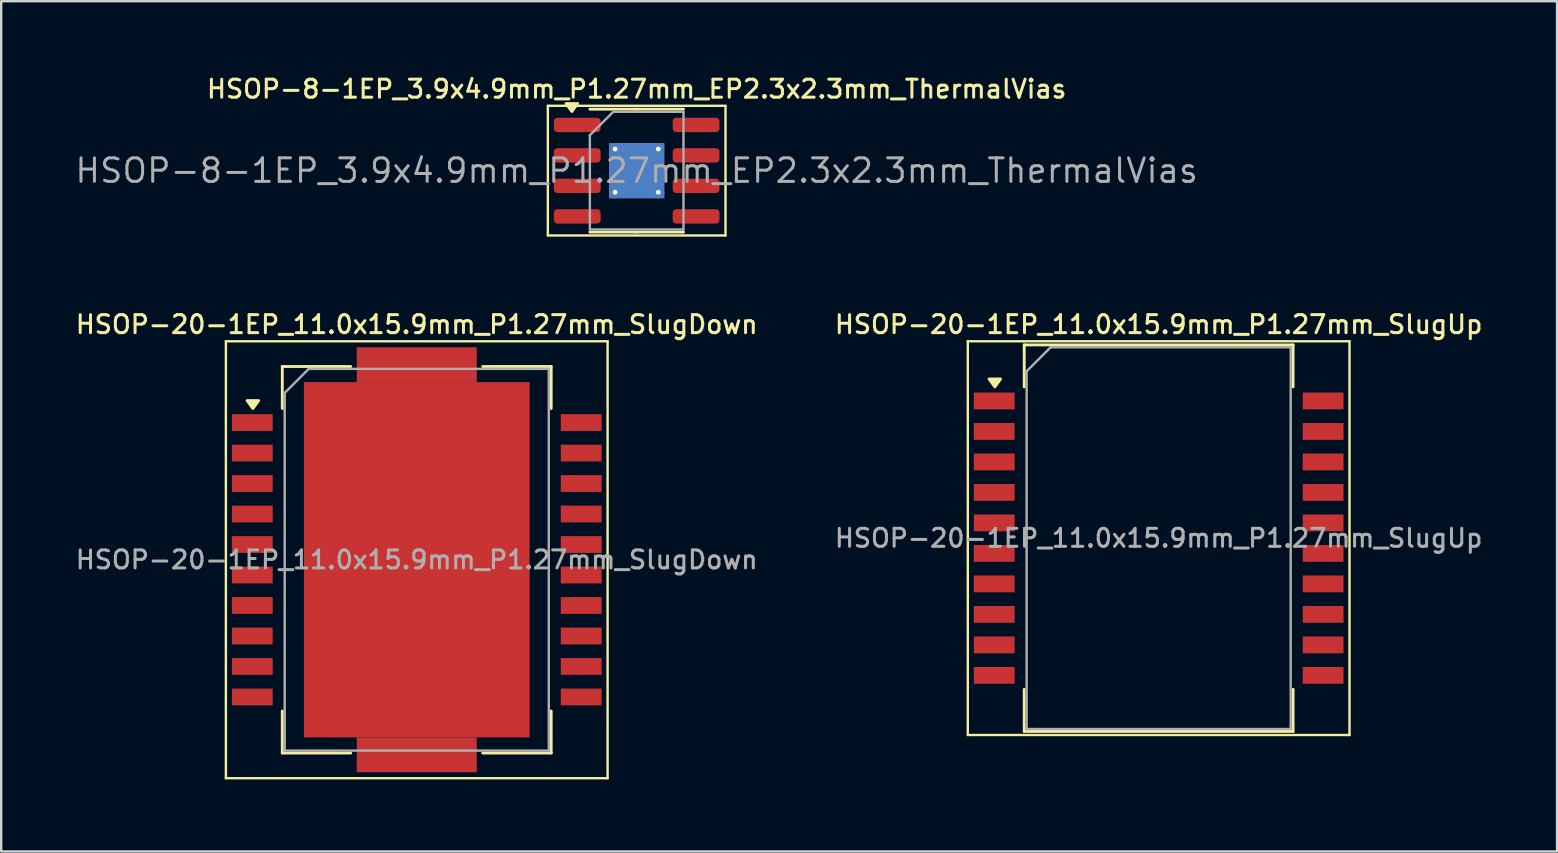
<source format=kicad_pcb>
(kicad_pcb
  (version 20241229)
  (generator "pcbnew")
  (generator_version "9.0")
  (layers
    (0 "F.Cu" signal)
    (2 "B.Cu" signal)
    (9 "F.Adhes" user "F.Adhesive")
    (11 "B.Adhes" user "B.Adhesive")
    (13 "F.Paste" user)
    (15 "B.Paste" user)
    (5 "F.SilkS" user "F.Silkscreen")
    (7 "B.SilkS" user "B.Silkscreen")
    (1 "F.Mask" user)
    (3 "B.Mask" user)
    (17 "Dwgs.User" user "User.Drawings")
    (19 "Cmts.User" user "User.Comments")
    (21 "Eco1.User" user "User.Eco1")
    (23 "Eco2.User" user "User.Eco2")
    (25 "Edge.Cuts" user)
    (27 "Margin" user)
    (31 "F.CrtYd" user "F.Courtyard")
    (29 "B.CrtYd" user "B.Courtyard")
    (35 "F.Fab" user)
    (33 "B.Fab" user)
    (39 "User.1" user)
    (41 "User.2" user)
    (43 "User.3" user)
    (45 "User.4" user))
  (footprint "HSOP-8-1EP_3.9x4.9mm_P1.27mm_EP2.3x2.3mm_ThermalVias"
    (layer "F.Cu")
    (at 23.47 4.058)
    (property "Reference" "HSOP-8-1EP_3.9x4.9mm_P1.27mm_EP2.3x2.3mm_ThermalVias" (at 0 -3.4 0) (layer "F.SilkS") (effects (font (size 0.75 0.75) (thickness 0.125))))
    (attr smd)
    (fp_line (start -3.7 -2.7) (end -3.7 2.7) (stroke (width 0.1) (type solid)) (layer "F.SilkS"))
    (fp_line (start -3.7 2.7) (end 3.7 2.7) (stroke (width 0.1) (type solid)) (layer "F.SilkS"))
    (fp_line (start 0 -2.56) (end -1.95 -2.56) (stroke (width 0.12) (type solid)) (layer "F.SilkS"))
    (fp_line (start 0 -2.56) (end 1.95 -2.56) (stroke (width 0.12) (type solid)) (layer "F.SilkS"))
    (fp_line (start 0 2.56) (end -1.95 2.56) (stroke (width 0.12) (type solid)) (layer "F.SilkS"))
    (fp_line (start 0 2.56) (end 1.95 2.56) (stroke (width 0.12) (type solid)) (layer "F.SilkS"))
    (fp_line (start 3.7 -2.7) (end -3.7 -2.7) (stroke (width 0.1) (type solid)) (layer "F.SilkS"))
    (fp_line (start 3.7 2.7) (end 3.7 -2.7) (stroke (width 0.1) (type solid)) (layer "F.SilkS"))
    (fp_poly (pts (xy -2.7 -2.465) (xy -2.94 -2.795) (xy -2.46 -2.795) (xy -2.7 -2.465)) (stroke (width 0.12) (type solid)) (fill yes) (layer "F.SilkS"))
    (fp_line (start -1.95 -1.475) (end -0.975 -2.45) (stroke (width 0.1) (type solid)) (layer "F.Fab"))
    (fp_line (start -1.95 2.45) (end -1.95 -1.475) (stroke (width 0.1) (type solid)) (layer "F.Fab"))
    (fp_line (start -0.975 -2.45) (end 1.95 -2.45) (stroke (width 0.1) (type solid)) (layer "F.Fab"))
    (fp_line (start 1.95 -2.45) (end 1.95 2.45) (stroke (width 0.1) (type solid)) (layer "F.Fab"))
    (fp_line (start 1.95 2.45) (end -1.95 2.45) (stroke (width 0.1) (type solid)) (layer "F.Fab"))
    (fp_text user "${REFERENCE}" (at 0 0 0) (layer "F.Fab") (effects (font (size 0.98 0.98) (thickness 0.125))))
    (pad "" smd roundrect (at -0.575 -0.575) (size 0.93 0.93) (layers "F.Paste") (roundrect_rratio 0.25))
    (pad "" smd roundrect (at -0.575 0.575) (size 0.93 0.93) (layers "F.Paste") (roundrect_rratio 0.25))
    (pad "" smd roundrect (at 0.575 -0.575) (size 0.93 0.93) (layers "F.Paste") (roundrect_rratio 0.25))
    (pad "" smd roundrect (at 0.575 0.575) (size 0.93 0.93) (layers "F.Paste") (roundrect_rratio 0.25))
    (pad "1" smd roundrect (at -2.475 -1.905) (size 1.95 0.6) (layers "F.Cu" "F.Mask" "F.Paste") (roundrect_rratio 0.25))
    (pad "2" smd roundrect (at -2.475 -0.635) (size 1.95 0.6) (layers "F.Cu" "F.Mask" "F.Paste") (roundrect_rratio 0.25))
    (pad "3" smd roundrect (at -2.475 0.635) (size 1.95 0.6) (layers "F.Cu" "F.Mask" "F.Paste") (roundrect_rratio 0.25))
    (pad "4" smd roundrect (at -2.475 1.905) (size 1.95 0.6) (layers "F.Cu" "F.Mask" "F.Paste") (roundrect_rratio 0.25))
    (pad "5" smd roundrect (at 2.475 1.905) (size 1.95 0.6) (layers "F.Cu" "F.Mask" "F.Paste") (roundrect_rratio 0.25))
    (pad "6" smd roundrect (at 2.475 0.635) (size 1.95 0.6) (layers "F.Cu" "F.Mask" "F.Paste") (roundrect_rratio 0.25))
    (pad "7" smd roundrect (at 2.475 -0.635) (size 1.95 0.6) (layers "F.Cu" "F.Mask" "F.Paste") (roundrect_rratio 0.25))
    (pad "8" smd roundrect (at 2.475 -1.905) (size 1.95 0.6) (layers "F.Cu" "F.Mask" "F.Paste") (roundrect_rratio 0.25))
    (pad "9" thru_hole circle (at -0.9 -0.9) (size 0.5 0.5) (drill 0.2) (property pad_prop_heatsink) (layers "*.Cu"))
    (pad "9" thru_hole circle (at -0.9 0.9) (size 0.5 0.5) (drill 0.2) (property pad_prop_heatsink) (layers "*.Cu"))
    (pad "9" smd rect (at 0 0) (size 2.3 2.3) (property pad_prop_heatsink) (layers "F.Cu" "F.Mask"))
    (pad "9" smd rect (at 0 0) (size 2.3 2.3) (property pad_prop_heatsink) (layers "B.Cu"))
    (pad "9" thru_hole circle (at 0.9 -0.9) (size 0.5 0.5) (drill 0.2) (property pad_prop_heatsink) (layers "*.Cu"))
    (pad "9" thru_hole circle (at 0.9 0.9) (size 0.5 0.5) (drill 0.2) (property pad_prop_heatsink) (layers "*.Cu")))
  (footprint "HSOP-20-1EP_11.0x15.9mm_P1.27mm_SlugUp"
    (layer "F.Cu")
    (at 45.213 19.366)
    (property "Reference" "HSOP-20-1EP_11.0x15.9mm_P1.27mm_SlugUp" (at 0 -8.9 0) (layer "F.SilkS") (effects (font (size 0.75 0.75) (thickness 0.125))))
    (attr smd)
    (fp_line (start -7.95 -8.2) (end -7.95 8.2) (stroke (width 0.1) (type solid)) (layer "F.SilkS"))
    (fp_line (start -7.95 -8.2) (end 7.95 -8.2) (stroke (width 0.1) (type solid)) (layer "F.SilkS"))
    (fp_line (start -5.6 -8.05) (end -5.6 -6.3) (stroke (width 0.12) (type solid)) (layer "F.SilkS"))
    (fp_line (start -5.6 8.05) (end -5.6 6.3) (stroke (width 0.12) (type solid)) (layer "F.SilkS"))
    (fp_line (start 5.6 -8.05) (end -5.6 -8.05) (stroke (width 0.12) (type solid)) (layer "F.SilkS"))
    (fp_line (start 5.6 -8.05) (end 5.6 -6.3) (stroke (width 0.12) (type solid)) (layer "F.SilkS"))
    (fp_line (start 5.6 8.05) (end -5.6 8.05) (stroke (width 0.12) (type solid)) (layer "F.SilkS"))
    (fp_line (start 5.6 8.05) (end 5.6 6.3) (stroke (width 0.12) (type solid)) (layer "F.SilkS"))
    (fp_line (start 7.95 8.2) (end -7.95 8.2) (stroke (width 0.1) (type solid)) (layer "F.SilkS"))
    (fp_line (start 7.95 8.2) (end 7.95 -8.2) (stroke (width 0.1) (type solid)) (layer "F.SilkS"))
    (fp_poly (pts (xy -6.825 -6.3) (xy -7.065 -6.63) (xy -6.585 -6.63) (xy -6.825 -6.3)) (stroke (width 0.12) (type solid)) (fill yes) (layer "F.SilkS"))
    (fp_line (start -5.5 -6.95) (end -5.5 7.95) (stroke (width 0.1) (type solid)) (layer "F.Fab"))
    (fp_line (start -5.5 7.95) (end 5.5 7.95) (stroke (width 0.1) (type solid)) (layer "F.Fab"))
    (fp_line (start -4.5 -7.95) (end -5.5 -6.95) (stroke (width 0.1) (type solid)) (layer "F.Fab"))
    (fp_line (start 5.5 -7.95) (end -4.5 -7.95) (stroke (width 0.1) (type solid)) (layer "F.Fab"))
    (fp_line (start 5.5 7.95) (end 5.5 -7.95) (stroke (width 0.1) (type solid)) (layer "F.Fab"))
    (fp_text user "${REFERENCE}" (at 0 0 0) (layer "F.Fab") (effects (font (size 0.75 0.75) (thickness 0.125))))
    (pad "1" smd rect (at -6.85 -5.715) (size 1.7 0.7) (layers "F.Cu" "F.Mask" "F.Paste"))
    (pad "2" smd rect (at -6.85 -4.445) (size 1.7 0.7) (layers "F.Cu" "F.Mask" "F.Paste"))
    (pad "3" smd rect (at -6.85 -3.175) (size 1.7 0.7) (layers "F.Cu" "F.Mask" "F.Paste"))
    (pad "4" smd rect (at -6.85 -1.905) (size 1.7 0.7) (layers "F.Cu" "F.Mask" "F.Paste"))
    (pad "5" smd rect (at -6.85 -0.635) (size 1.7 0.7) (layers "F.Cu" "F.Mask" "F.Paste"))
    (pad "6" smd rect (at -6.85 0.635) (size 1.7 0.7) (layers "F.Cu" "F.Mask" "F.Paste"))
    (pad "7" smd rect (at -6.85 1.905) (size 1.7 0.7) (layers "F.Cu" "F.Mask" "F.Paste"))
    (pad "8" smd rect (at -6.85 3.175) (size 1.7 0.7) (layers "F.Cu" "F.Mask" "F.Paste"))
    (pad "9" smd rect (at -6.85 4.445) (size 1.7 0.7) (layers "F.Cu" "F.Mask" "F.Paste"))
    (pad "10" smd rect (at -6.85 5.715) (size 1.7 0.7) (layers "F.Cu" "F.Mask" "F.Paste"))
    (pad "11" smd rect (at 6.85 5.715) (size 1.7 0.7) (layers "F.Cu" "F.Mask" "F.Paste"))
    (pad "12" smd rect (at 6.85 4.445) (size 1.7 0.7) (layers "F.Cu" "F.Mask" "F.Paste"))
    (pad "13" smd rect (at 6.85 3.175) (size 1.7 0.7) (layers "F.Cu" "F.Mask" "F.Paste"))
    (pad "14" smd rect (at 6.85 1.905) (size 1.7 0.7) (layers "F.Cu" "F.Mask" "F.Paste"))
    (pad "15" smd rect (at 6.85 0.635) (size 1.7 0.7) (layers "F.Cu" "F.Mask" "F.Paste"))
    (pad "16" smd rect (at 6.85 -0.635) (size 1.7 0.7) (layers "F.Cu" "F.Mask" "F.Paste"))
    (pad "17" smd rect (at 6.85 -1.905) (size 1.7 0.7) (layers "F.Cu" "F.Mask" "F.Paste"))
    (pad "18" smd rect (at 6.85 -3.175) (size 1.7 0.7) (layers "F.Cu" "F.Mask" "F.Paste"))
    (pad "19" smd rect (at 6.85 -4.445) (size 1.7 0.7) (layers "F.Cu" "F.Mask" "F.Paste"))
    (pad "20" smd rect (at 6.85 -5.715) (size 1.7 0.7) (layers "F.Cu" "F.Mask" "F.Paste")))
  (footprint "HSOP-20-1EP_11.0x15.9mm_P1.27mm_SlugDown"
    (layer "F.Cu")
    (at 14.309 20.266)
    (property "Reference" "HSOP-20-1EP_11.0x15.9mm_P1.27mm_SlugDown" (at 0 -9.8 0) (layer "F.SilkS") (effects (font (size 0.75 0.75) (thickness 0.125))))
    (attr smd)
    (fp_line (start -7.95 -9.1) (end -7.95 9.1) (stroke (width 0.1) (type solid)) (layer "F.SilkS"))
    (fp_line (start -7.95 -9.1) (end 7.95 -9.1) (stroke (width 0.1) (type solid)) (layer "F.SilkS"))
    (fp_line (start -5.6 -8.05) (end -5.6 -6.3) (stroke (width 0.12) (type solid)) (layer "F.SilkS"))
    (fp_line (start -5.6 8.05) (end -5.6 6.3) (stroke (width 0.12) (type solid)) (layer "F.SilkS"))
    (fp_line (start -2.75 -8.05) (end -5.6 -8.05) (stroke (width 0.12) (type solid)) (layer "F.SilkS"))
    (fp_line (start -2.75 8.05) (end -5.6 8.05) (stroke (width 0.12) (type solid)) (layer "F.SilkS"))
    (fp_line (start 5.6 -8.05) (end 2.75 -8.05) (stroke (width 0.12) (type solid)) (layer "F.SilkS"))
    (fp_line (start 5.6 -8.05) (end 5.6 -6.3) (stroke (width 0.12) (type solid)) (layer "F.SilkS"))
    (fp_line (start 5.6 8.05) (end 2.75 8.05) (stroke (width 0.12) (type solid)) (layer "F.SilkS"))
    (fp_line (start 5.6 8.05) (end 5.6 6.3) (stroke (width 0.12) (type solid)) (layer "F.SilkS"))
    (fp_line (start 7.95 9.1) (end -7.95 9.1) (stroke (width 0.1) (type solid)) (layer "F.SilkS"))
    (fp_line (start 7.95 9.1) (end 7.95 -9.1) (stroke (width 0.1) (type solid)) (layer "F.SilkS"))
    (fp_poly (pts (xy -6.825 -6.3) (xy -7.065 -6.63) (xy -6.585 -6.63) (xy -6.825 -6.3)) (stroke (width 0.12) (type solid)) (fill yes) (layer "F.SilkS"))
    (fp_line (start -5.5 -6.95) (end -5.5 7.95) (stroke (width 0.1) (type solid)) (layer "F.Fab"))
    (fp_line (start -5.5 7.95) (end 5.5 7.95) (stroke (width 0.1) (type solid)) (layer "F.Fab"))
    (fp_line (start -4.5 -7.95) (end -5.5 -6.95) (stroke (width 0.1) (type solid)) (layer "F.Fab"))
    (fp_line (start 5.5 -7.95) (end -4.5 -7.95) (stroke (width 0.1) (type solid)) (layer "F.Fab"))
    (fp_line (start 5.5 7.95) (end 5.5 -7.95) (stroke (width 0.1) (type solid)) (layer "F.Fab"))
    (fp_text user "${REFERENCE}" (at 0 0 0) (layer "F.Fab") (effects (font (size 0.75 0.75) (thickness 0.125))))
    (pad "1" smd rect (at -6.85 -5.715) (size 1.7 0.7) (layers "F.Cu" "F.Mask" "F.Paste"))
    (pad "2" smd rect (at -6.85 -4.445) (size 1.7 0.7) (layers "F.Cu" "F.Mask" "F.Paste"))
    (pad "3" smd rect (at -6.85 -3.175) (size 1.7 0.7) (layers "F.Cu" "F.Mask" "F.Paste"))
    (pad "4" smd rect (at -6.85 -1.905) (size 1.7 0.7) (layers "F.Cu" "F.Mask" "F.Paste"))
    (pad "5" smd rect (at -6.85 -0.635) (size 1.7 0.7) (layers "F.Cu" "F.Mask" "F.Paste"))
    (pad "6" smd rect (at -6.85 0.635) (size 1.7 0.7) (layers "F.Cu" "F.Mask" "F.Paste"))
    (pad "7" smd rect (at -6.85 1.905) (size 1.7 0.7) (layers "F.Cu" "F.Mask" "F.Paste"))
    (pad "8" smd rect (at -6.85 3.175) (size 1.7 0.7) (layers "F.Cu" "F.Mask" "F.Paste"))
    (pad "9" smd rect (at -6.85 4.445) (size 1.7 0.7) (layers "F.Cu" "F.Mask" "F.Paste"))
    (pad "10" smd rect (at -6.85 5.715) (size 1.7 0.7) (layers "F.Cu" "F.Mask" "F.Paste"))
    (pad "11" smd rect (at 6.85 5.715) (size 1.7 0.7) (layers "F.Cu" "F.Mask" "F.Paste"))
    (pad "12" smd rect (at 6.85 4.445) (size 1.7 0.7) (layers "F.Cu" "F.Mask" "F.Paste"))
    (pad "13" smd rect (at 6.85 3.175) (size 1.7 0.7) (layers "F.Cu" "F.Mask" "F.Paste"))
    (pad "14" smd rect (at 6.85 1.905) (size 1.7 0.7) (layers "F.Cu" "F.Mask" "F.Paste"))
    (pad "15" smd rect (at 6.85 0.635) (size 1.7 0.7) (layers "F.Cu" "F.Mask" "F.Paste"))
    (pad "16" smd rect (at 6.85 -0.635) (size 1.7 0.7) (layers "F.Cu" "F.Mask" "F.Paste"))
    (pad "17" smd rect (at 6.85 -1.905) (size 1.7 0.7) (layers "F.Cu" "F.Mask" "F.Paste"))
    (pad "18" smd rect (at 6.85 -3.175) (size 1.7 0.7) (layers "F.Cu" "F.Mask" "F.Paste"))
    (pad "19" smd rect (at 6.85 -4.445) (size 1.7 0.7) (layers "F.Cu" "F.Mask" "F.Paste"))
    (pad "20" smd rect (at 6.85 -5.715) (size 1.7 0.7) (layers "F.Cu" "F.Mask" "F.Paste"))
    (pad "21" smd rect (at 0 -8.125) (size 5 1.45) (layers "F.Cu" "F.Mask" "F.Paste"))
    (pad "21" smd rect (at 0 0) (size 9.4 14.8) (layers "F.Cu" "F.Mask" "F.Paste"))
    (pad "21" smd rect (at 0 8.125) (size 5 1.45) (layers "F.Cu" "F.Mask" "F.Paste")))
  (gr_rect
    (start -3 -3)
    (end 61.807 32.416)
    (stroke (width 0.1) (type default))
    (fill no)
    (layer "Edge.Cuts")))
</source>
